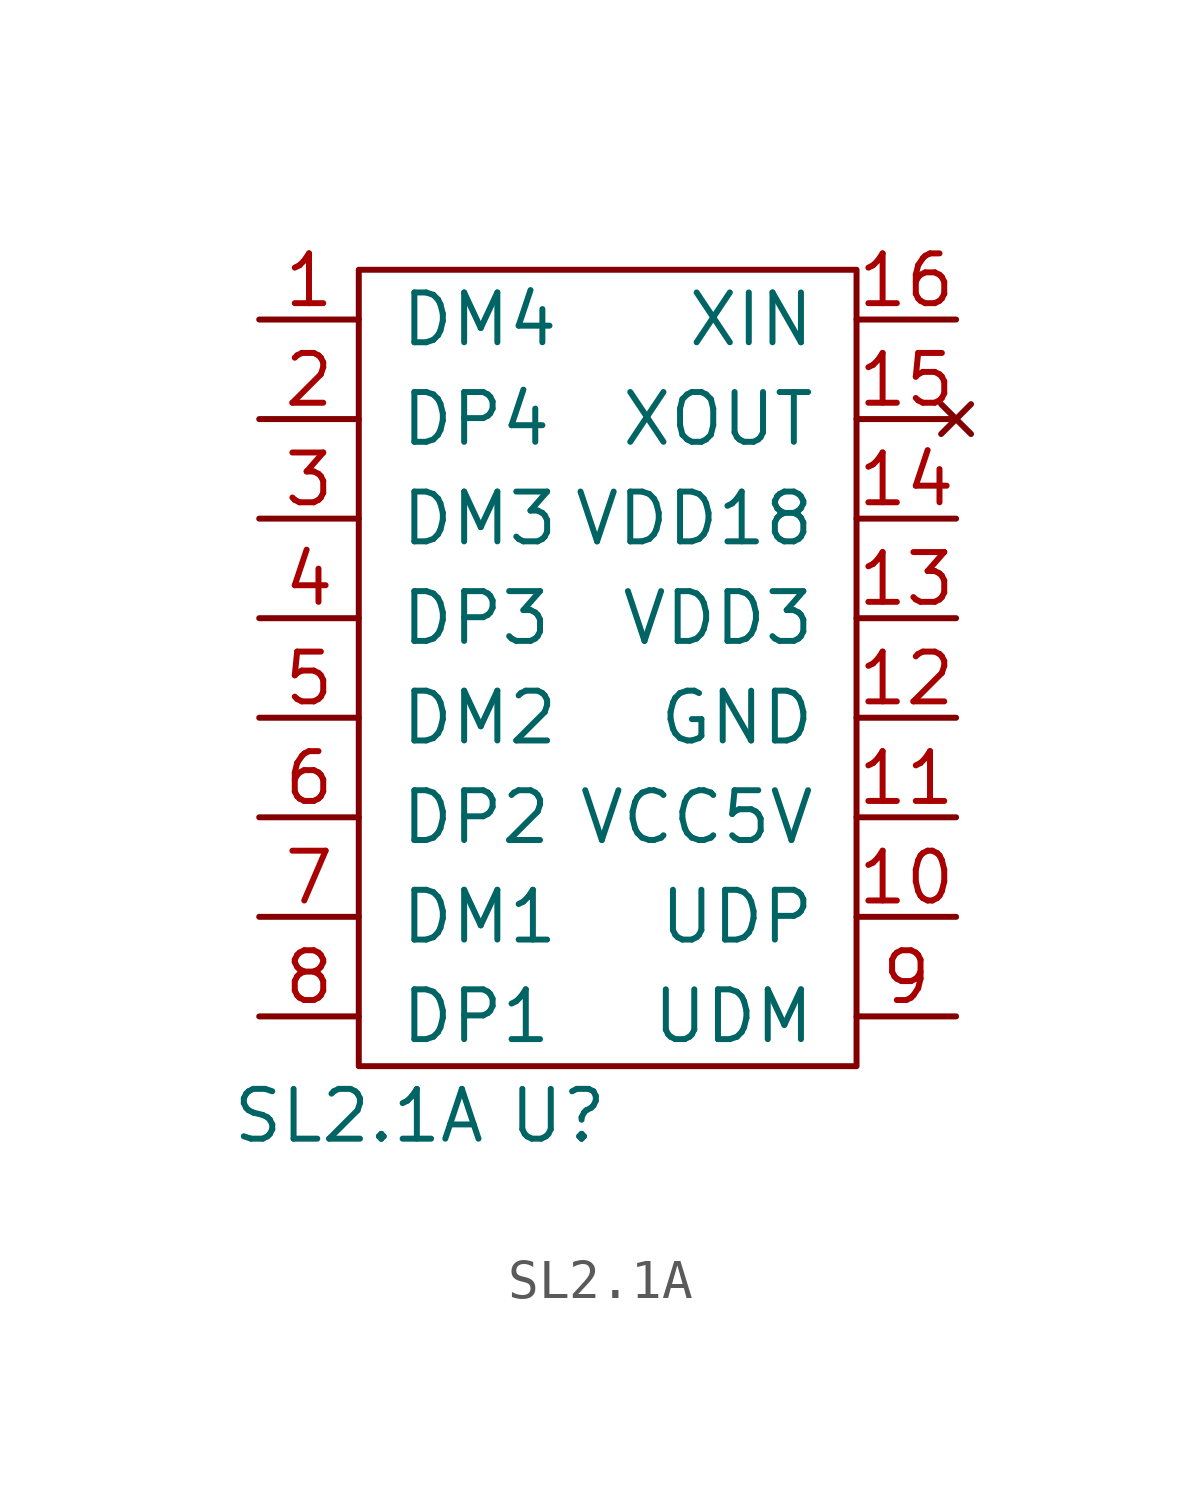
<source format=kicad_sym>
(kicad_symbol_lib
  (version 20241209)
  (generator "kicad_symbol_editor")
  (generator_version "9.0")
  (symbol "SL2.1A"
    (pin_names
      (offset 1.016))
    (property "Reference" "U"
      (at 0 -1.27 0)
      (effects (font (size 1.27 1.27))))
    (property "Value" "SL2.1A"
      (at -5.08 -1.27 0)
      (effects (font (size 1.27 1.27))))
    (symbol "SL2.1A_0_1"
      (rectangle (start -5.08 20.32) (end 7.62 0) (stroke (width 0) (type solid)) (fill (type none))))
    (symbol "SL2.1A_1_1"
      (pin output line (at -7.62 19.05 0) (length 2.54) (name "DM4" (effects (font (size 1.27 1.27)))) (number "1" (effects (font (size 1.27 1.27)))))
      (pin output line (at -7.62 16.51 0) (length 2.54) (name "DP4" (effects (font (size 1.27 1.27)))) (number "2" (effects (font (size 1.27 1.27)))))
      (pin output line (at -7.62 13.97 0) (length 2.54) (name "DM3" (effects (font (size 1.27 1.27)))) (number "3" (effects (font (size 1.27 1.27)))))
      (pin output line (at -7.62 11.43 0) (length 2.54) (name "DP3" (effects (font (size 1.27 1.27)))) (number "4" (effects (font (size 1.27 1.27)))))
      (pin output line (at -7.62 8.89 0) (length 2.54) (name "DM2" (effects (font (size 1.27 1.27)))) (number "5" (effects (font (size 1.27 1.27)))))
      (pin output line (at -7.62 6.35 0) (length 2.54) (name "DP2" (effects (font (size 1.27 1.27)))) (number "6" (effects (font (size 1.27 1.27)))))
      (pin output line (at -7.62 3.81 0) (length 2.54) (name "DM1" (effects (font (size 1.27 1.27)))) (number "7" (effects (font (size 1.27 1.27)))))
      (pin output line (at -7.62 1.27 0) (length 2.54) (name "DP1" (effects (font (size 1.27 1.27)))) (number "8" (effects (font (size 1.27 1.27)))))
      (pin power_in line (at 10.16 19.05 180) (length 2.54) (name "XIN" (effects (font (size 1.27 1.27)))) (number "16" (effects (font (size 1.27 1.27)))))
      (pin no_connect line (at 10.16 16.51 180) (length 2.54) (name "XOUT" (effects (font (size 1.27 1.27)))) (number "15" (effects (font (size 1.27 1.27)))))
      (pin power_out line (at 10.16 13.97 180) (length 2.54) (name "VDD18" (effects (font (size 1.27 1.27)))) (number "14" (effects (font (size 1.27 1.27)))))
      (pin power_out line (at 10.16 11.43 180) (length 2.54) (name "VDD3" (effects (font (size 1.27 1.27)))) (number "13" (effects (font (size 1.27 1.27)))))
      (pin power_in line (at 10.16 8.89 180) (length 2.54) (name "GND" (effects (font (size 1.27 1.27)))) (number "12" (effects (font (size 1.27 1.27)))))
      (pin power_in line (at 10.16 6.35 180) (length 2.54) (name "VCC5V" (effects (font (size 1.27 1.27)))) (number "11" (effects (font (size 1.27 1.27)))))
      (pin input line (at 10.16 3.81 180) (length 2.54) (name "UDP" (effects (font (size 1.27 1.27)))) (number "10" (effects (font (size 1.27 1.27)))))
      (pin input line (at 10.16 1.27 180) (length 2.54) (name "UDM" (effects (font (size 1.27 1.27)))) (number "9" (effects (font (size 1.27 1.27))))))))
</source>
